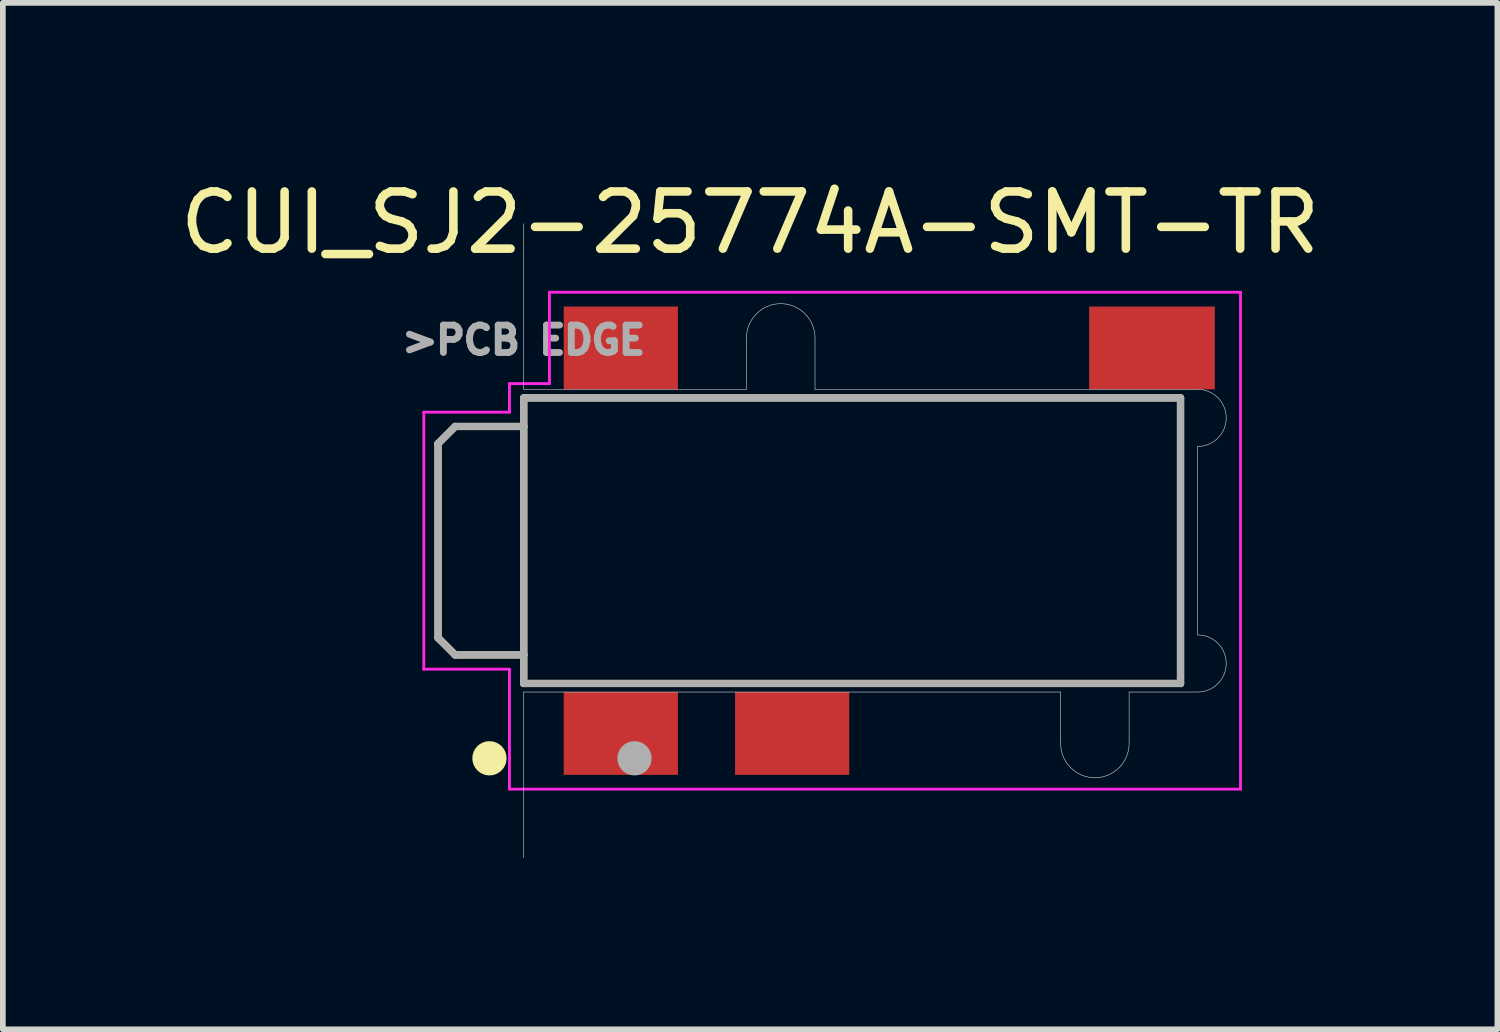
<source format=kicad_pcb>
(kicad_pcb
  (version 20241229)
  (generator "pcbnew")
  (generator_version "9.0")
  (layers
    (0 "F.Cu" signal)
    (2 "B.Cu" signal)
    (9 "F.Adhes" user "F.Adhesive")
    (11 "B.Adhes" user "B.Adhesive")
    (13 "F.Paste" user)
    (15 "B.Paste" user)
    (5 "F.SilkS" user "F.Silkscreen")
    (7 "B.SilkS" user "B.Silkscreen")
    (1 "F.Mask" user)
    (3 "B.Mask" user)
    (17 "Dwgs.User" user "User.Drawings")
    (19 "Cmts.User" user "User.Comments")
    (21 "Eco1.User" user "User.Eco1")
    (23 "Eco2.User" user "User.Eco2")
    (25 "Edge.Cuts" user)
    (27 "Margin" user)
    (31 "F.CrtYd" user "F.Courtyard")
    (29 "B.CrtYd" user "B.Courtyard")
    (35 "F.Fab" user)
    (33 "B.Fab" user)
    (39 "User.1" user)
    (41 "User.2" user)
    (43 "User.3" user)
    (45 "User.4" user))
  (footprint "CUI_SJ2-25774A-SMT-TR"
    (layer "F.Cu")
    (at 11.87 6.417)
    (property "Reference" "CUI_SJ2-25774A-SMT-TR" (at -1.786 -5.569 0) (layer "F.SilkS") (effects (font (size 1.001 1.001) (thickness 0.15))))
    (attr smd)
    (fp_line (start -7.25 -1.7) (end -7.25 1.7) (stroke (width 0.127) (type solid)) (layer "F.SilkS"))
    (fp_line (start -7.25 1.7) (end -6.95 2) (stroke (width 0.127) (type solid)) (layer "F.SilkS"))
    (fp_line (start -6.95 -2) (end -7.25 -1.7) (stroke (width 0.127) (type solid)) (layer "F.SilkS"))
    (fp_line (start -6.95 2) (end -5.75 2) (stroke (width 0.127) (type solid)) (layer "F.SilkS"))
    (fp_line (start -5.75 -2.5) (end 5.75 -2.5) (stroke (width 0.127) (type solid)) (layer "F.SilkS"))
    (fp_line (start -5.75 -2) (end -6.95 -2) (stroke (width 0.127) (type solid)) (layer "F.SilkS"))
    (fp_line (start -5.75 -2) (end -5.75 -2.5) (stroke (width 0.127) (type solid)) (layer "F.SilkS"))
    (fp_line (start -5.75 2) (end -5.75 -2) (stroke (width 0.127) (type solid)) (layer "F.SilkS"))
    (fp_line (start -5.75 2.5) (end -5.75 2) (stroke (width 0.127) (type solid)) (layer "F.SilkS"))
    (fp_line (start 5.75 -2.5) (end 5.75 2.5) (stroke (width 0.127) (type solid)) (layer "F.SilkS"))
    (fp_line (start 5.75 2.5) (end -5.75 2.5) (stroke (width 0.127) (type solid)) (layer "F.SilkS"))
    (fp_circle (center -6.35 3.81) (end -6.2 3.81) (stroke (width 0.3) (type solid)) (fill no) (layer "F.SilkS"))
    (fp_line (start -5.75 -2.65) (end -5.75 -5.55) (stroke (width 0.01) (type solid)) (layer "Edge.Cuts"))
    (fp_line (start -5.75 -2.65) (end -1.85 -2.65) (stroke (width 0.01) (type solid)) (layer "Edge.Cuts"))
    (fp_line (start -5.75 2.65) (end -5.75 5.55) (stroke (width 0.01) (type solid)) (layer "Edge.Cuts"))
    (fp_line (start -5.75 2.65) (end 3.65 2.65) (stroke (width 0.01) (type solid)) (layer "Edge.Cuts"))
    (fp_line (start -1.85 -2.65) (end -1.85 -3.55) (stroke (width 0.01) (type solid)) (layer "Edge.Cuts"))
    (fp_line (start -0.65 -3.55) (end -0.65 -2.65) (stroke (width 0.01) (type solid)) (layer "Edge.Cuts"))
    (fp_line (start -0.65 -2.65) (end 6.05 -2.65) (stroke (width 0.01) (type solid)) (layer "Edge.Cuts"))
    (fp_line (start 3.65 2.65) (end 3.65 3.55) (stroke (width 0.01) (type solid)) (layer "Edge.Cuts"))
    (fp_line (start 4.85 2.65) (end 4.85 3.55) (stroke (width 0.01) (type solid)) (layer "Edge.Cuts"))
    (fp_line (start 4.85 2.65) (end 6.05 2.65) (stroke (width 0.01) (type solid)) (layer "Edge.Cuts"))
    (fp_line (start 6.05 1.65) (end 6.05 -1.65) (stroke (width 0.01) (type solid)) (layer "Edge.Cuts"))
    (fp_arc (start -1.85 -3.55) (mid -1.25 -4.15) (end -0.65 -3.55) (stroke (width 0.01) (type solid)) (layer "Edge.Cuts"))
    (fp_arc (start 4.85 3.55) (mid 4.25 4.15) (end 3.65 3.55) (stroke (width 0.01) (type solid)) (layer "Edge.Cuts"))
    (fp_arc (start 6.05 -2.65) (mid 6.55 -2.15) (end 6.05 -1.65) (stroke (width 0.01) (type solid)) (layer "Edge.Cuts"))
    (fp_arc (start 6.05 1.65) (mid 6.55 2.15) (end 6.05 2.65) (stroke (width 0.01) (type solid)) (layer "Edge.Cuts"))
    (fp_line (start -7.5 -2.25) (end -6 -2.25) (stroke (width 0.05) (type solid)) (layer "F.CrtYd"))
    (fp_line (start -7.5 2.25) (end -7.5 -2.25) (stroke (width 0.05) (type solid)) (layer "F.CrtYd"))
    (fp_line (start -6 -2.75) (end -5.3 -2.75) (stroke (width 0.05) (type solid)) (layer "F.CrtYd"))
    (fp_line (start -6 -2.25) (end -6 -2.75) (stroke (width 0.05) (type solid)) (layer "F.CrtYd"))
    (fp_line (start -6 2.25) (end -7.5 2.25) (stroke (width 0.05) (type solid)) (layer "F.CrtYd"))
    (fp_line (start -6 4.35) (end -6 2.25) (stroke (width 0.05) (type solid)) (layer "F.CrtYd"))
    (fp_line (start -5.3 -4.35) (end 6.8 -4.35) (stroke (width 0.05) (type solid)) (layer "F.CrtYd"))
    (fp_line (start -5.3 -2.75) (end -5.3 -4.35) (stroke (width 0.05) (type solid)) (layer "F.CrtYd"))
    (fp_line (start 6.8 -4.35) (end 6.8 4.35) (stroke (width 0.05) (type solid)) (layer "F.CrtYd"))
    (fp_line (start 6.8 4.35) (end -6 4.35) (stroke (width 0.05) (type solid)) (layer "F.CrtYd"))
    (fp_line (start -7.25 -1.7) (end -7.25 1.7) (stroke (width 0.127) (type solid)) (layer "F.Fab"))
    (fp_line (start -7.25 -1.7) (end -6.95 -2) (stroke (width 0.127) (type solid)) (layer "F.Fab"))
    (fp_line (start -7.25 1.7) (end -6.95 2) (stroke (width 0.127) (type solid)) (layer "F.Fab"))
    (fp_line (start -6.95 2) (end -5.75 2) (stroke (width 0.127) (type solid)) (layer "F.Fab"))
    (fp_line (start -5.75 -2.5) (end 5.75 -2.5) (stroke (width 0.127) (type solid)) (layer "F.Fab"))
    (fp_line (start -5.75 -2) (end -6.95 -2) (stroke (width 0.127) (type solid)) (layer "F.Fab"))
    (fp_line (start -5.75 -2) (end -5.75 -2.5) (stroke (width 0.127) (type solid)) (layer "F.Fab"))
    (fp_line (start -5.75 2) (end -5.75 -2) (stroke (width 0.127) (type solid)) (layer "F.Fab"))
    (fp_line (start -5.75 2.5) (end -5.75 2) (stroke (width 0.127) (type solid)) (layer "F.Fab"))
    (fp_line (start 5.75 -2.5) (end 5.75 2.5) (stroke (width 0.127) (type solid)) (layer "F.Fab"))
    (fp_line (start 5.75 2.5) (end -5.75 2.5) (stroke (width 0.127) (type solid)) (layer "F.Fab"))
    (fp_circle (center -3.81 3.81) (end -3.66 3.81) (stroke (width 0.3) (type solid)) (fill no) (layer "F.Fab"))
    (fp_text user ">PCB EDGE" (at -5.751 -3.511 0) (layer "F.Fab") (effects (font (size 0.48 0.48) (thickness 0.15))))
    (pad "1" smd rect (at -4.05 3.375) (size 2 1.45) (layers "F.Cu" "F.Mask" "F.Paste"))
    (pad "2" smd rect (at 5.25 -3.375) (size 2.2 1.45) (layers "F.Cu" "F.Mask" "F.Paste"))
    (pad "3" smd rect (at -1.05 3.375) (size 2 1.45) (layers "F.Cu" "F.Mask" "F.Paste"))
    (pad "4" smd rect (at -4.05 -3.375) (size 2 1.45) (layers "F.Cu" "F.Mask" "F.Paste")))
  (gr_rect
    (start -3 -3)
    (end 23.168 14.972)
    (stroke (width 0.1) (type default))
    (fill no)
    (layer "Edge.Cuts")))
</source>
